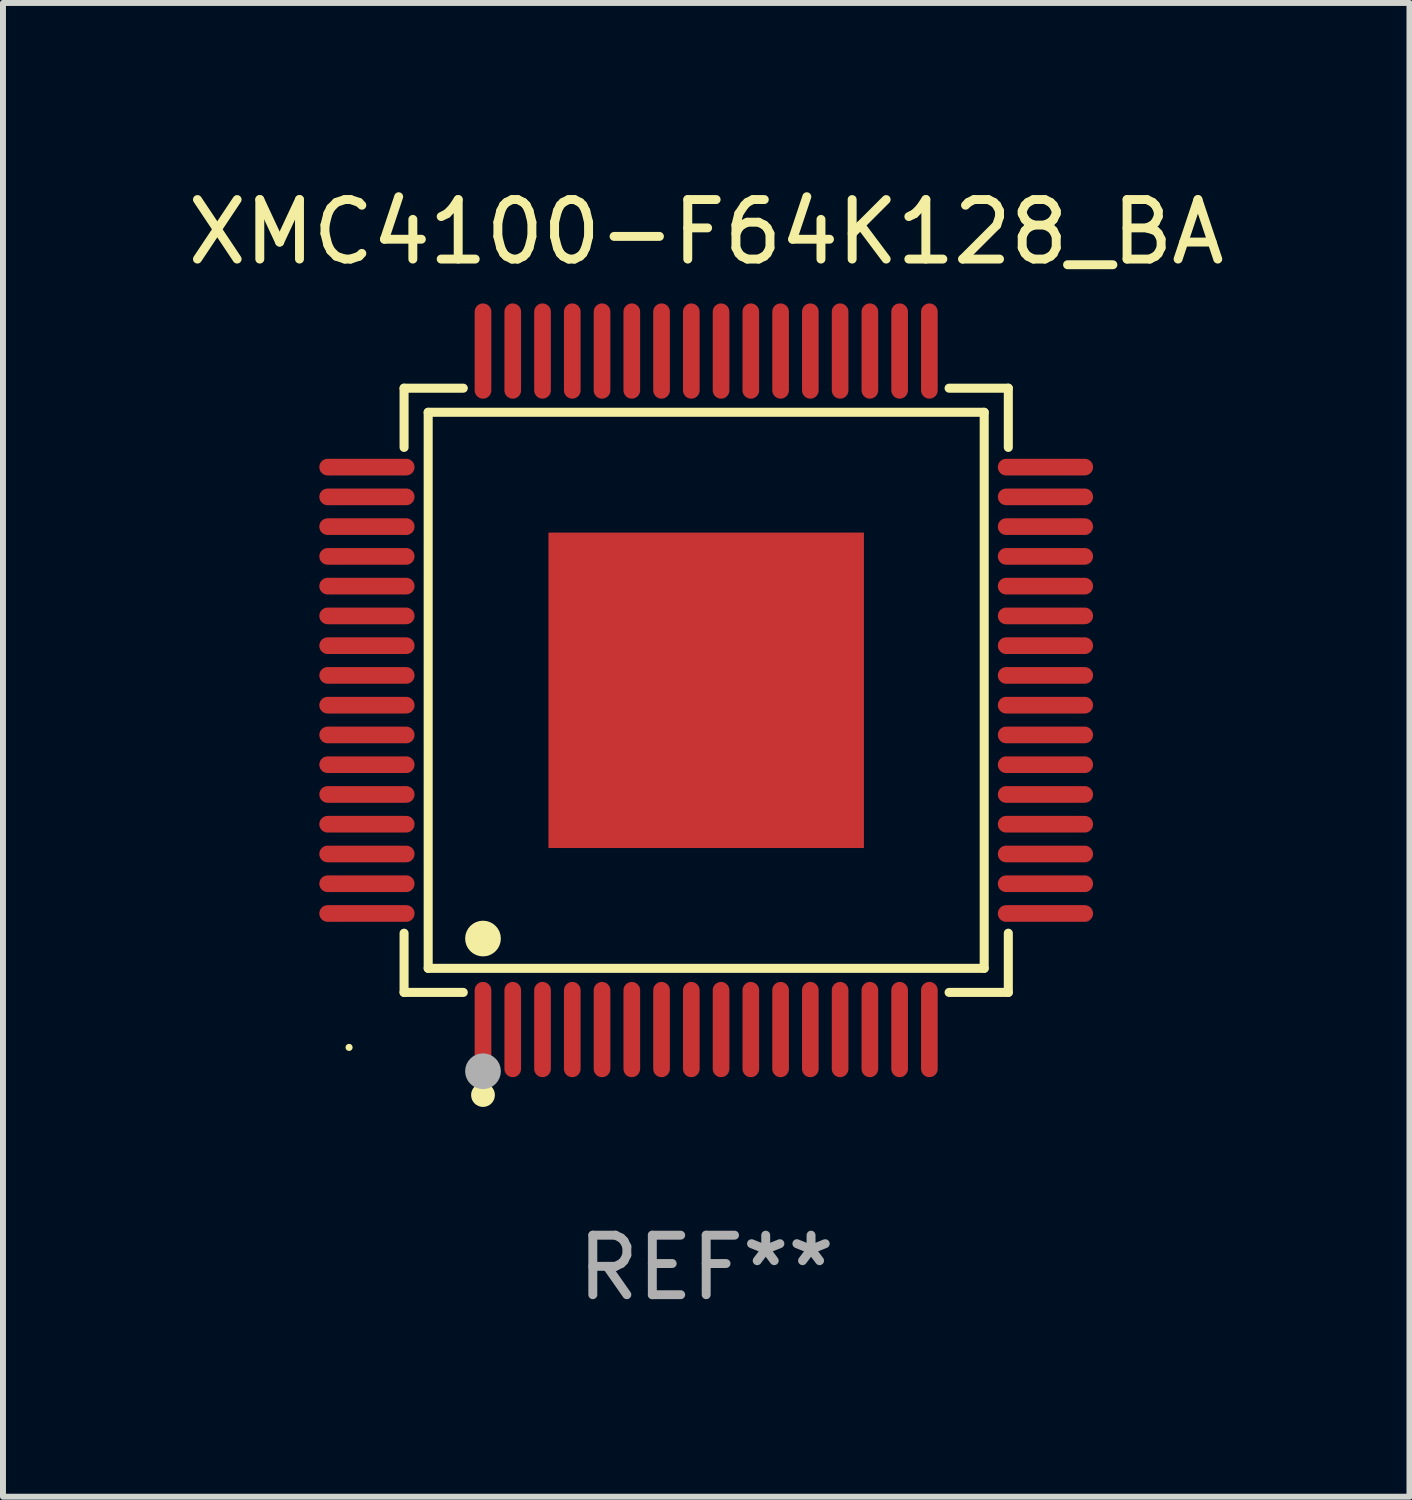
<source format=kicad_pcb>
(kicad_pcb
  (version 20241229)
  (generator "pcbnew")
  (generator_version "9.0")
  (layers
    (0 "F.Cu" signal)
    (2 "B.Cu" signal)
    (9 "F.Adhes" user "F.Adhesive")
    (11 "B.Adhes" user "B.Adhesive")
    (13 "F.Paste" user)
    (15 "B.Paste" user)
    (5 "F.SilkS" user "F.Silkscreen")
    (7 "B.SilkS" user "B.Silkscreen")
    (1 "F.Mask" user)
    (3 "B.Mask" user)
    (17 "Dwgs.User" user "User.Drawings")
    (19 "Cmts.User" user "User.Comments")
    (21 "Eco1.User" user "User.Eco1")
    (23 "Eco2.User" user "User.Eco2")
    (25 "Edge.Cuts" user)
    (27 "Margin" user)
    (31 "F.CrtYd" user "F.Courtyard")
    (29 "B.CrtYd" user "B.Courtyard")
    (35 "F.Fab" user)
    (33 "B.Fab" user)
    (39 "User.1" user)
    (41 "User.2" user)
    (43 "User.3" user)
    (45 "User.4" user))
  (footprint "XMC4100-F64K128_BA"
    (layer "F.Cu")
    (at 8.815 8.548)
    (property "Reference" "XMC4100-F64K128_BA" (at 0 -7.7 0) (layer "F.SilkS") (effects (font (size 1 1) (thickness 0.15))))
    (attr through_hole)
    (fp_line (start -5.076 -5.076) (end -4.081 -5.076) (stroke (width 0.152) (type solid)) (layer "F.SilkS"))
    (fp_line (start -5.076 -4.081) (end -5.076 -5.076) (stroke (width 0.152) (type solid)) (layer "F.SilkS"))
    (fp_line (start -5.076 4.081) (end -5.076 5.076) (stroke (width 0.152) (type solid)) (layer "F.SilkS"))
    (fp_line (start -5.076 5.076) (end -4.081 5.076) (stroke (width 0.152) (type solid)) (layer "F.SilkS"))
    (fp_line (start -4.671 -4.671) (end 4.671 -4.671) (stroke (width 0.152) (type solid)) (layer "F.SilkS"))
    (fp_line (start -4.671 4.671) (end -4.671 -4.671) (stroke (width 0.152) (type solid)) (layer "F.SilkS"))
    (fp_line (start 4.671 -4.671) (end 4.671 4.671) (stroke (width 0.152) (type solid)) (layer "F.SilkS"))
    (fp_line (start 4.671 4.671) (end -4.671 4.671) (stroke (width 0.152) (type solid)) (layer "F.SilkS"))
    (fp_line (start 5.076 -5.076) (end 4.081 -5.076) (stroke (width 0.152) (type solid)) (layer "F.SilkS"))
    (fp_line (start 5.076 -4.081) (end 5.076 -5.076) (stroke (width 0.152) (type solid)) (layer "F.SilkS"))
    (fp_line (start 5.076 4.081) (end 5.076 5.076) (stroke (width 0.152) (type solid)) (layer "F.SilkS"))
    (fp_line (start 5.076 5.076) (end 4.081 5.076) (stroke (width 0.152) (type solid)) (layer "F.SilkS"))
    (fp_circle (center -6 6) (end -5.97 6) (stroke (width 0.06) (type solid)) (fill no) (layer "F.SilkS"))
    (fp_circle (center -3.75 4.171) (end -3.6 4.171) (stroke (width 0.3) (type solid)) (fill no) (layer "F.SilkS"))
    (fp_circle (center -3.75 6.8) (end -3.65 6.8) (stroke (width 0.2) (type solid)) (fill no) (layer "F.SilkS"))
    (fp_circle (center -3.75 6.4) (end -3.6 6.4) (stroke (width 0.3) (type solid)) (fill no) (layer "F.Fab"))
    (fp_text user "REF**" (at 0 9.7 0) (layer "F.Fab") (effects (font (size 1 1) (thickness 0.15))))
    (pad "1" smd oval (at -3.75 5.7) (size 0.28 1.6) (layers "F.Cu" "F.Mask" "F.Paste"))
    (pad "2" smd oval (at -3.25 5.7) (size 0.28 1.6) (layers "F.Cu" "F.Mask" "F.Paste"))
    (pad "3" smd oval (at -2.75 5.7) (size 0.28 1.6) (layers "F.Cu" "F.Mask" "F.Paste"))
    (pad "4" smd oval (at -2.25 5.7) (size 0.28 1.6) (layers "F.Cu" "F.Mask" "F.Paste"))
    (pad "5" smd oval (at -1.75 5.7) (size 0.28 1.6) (layers "F.Cu" "F.Mask" "F.Paste"))
    (pad "6" smd oval (at -1.25 5.7) (size 0.28 1.6) (layers "F.Cu" "F.Mask" "F.Paste"))
    (pad "7" smd oval (at -0.75 5.7) (size 0.28 1.6) (layers "F.Cu" "F.Mask" "F.Paste"))
    (pad "8" smd oval (at -0.25 5.7) (size 0.28 1.6) (layers "F.Cu" "F.Mask" "F.Paste"))
    (pad "9" smd oval (at 0.25 5.7) (size 0.28 1.6) (layers "F.Cu" "F.Mask" "F.Paste"))
    (pad "10" smd oval (at 0.75 5.7) (size 0.28 1.6) (layers "F.Cu" "F.Mask" "F.Paste"))
    (pad "11" smd oval (at 1.25 5.7) (size 0.28 1.6) (layers "F.Cu" "F.Mask" "F.Paste"))
    (pad "12" smd oval (at 1.75 5.7) (size 0.28 1.6) (layers "F.Cu" "F.Mask" "F.Paste"))
    (pad "13" smd oval (at 2.25 5.7) (size 0.28 1.6) (layers "F.Cu" "F.Mask" "F.Paste"))
    (pad "14" smd oval (at 2.75 5.7) (size 0.28 1.6) (layers "F.Cu" "F.Mask" "F.Paste"))
    (pad "15" smd oval (at 3.25 5.7) (size 0.28 1.6) (layers "F.Cu" "F.Mask" "F.Paste"))
    (pad "16" smd oval (at 3.75 5.7) (size 0.28 1.6) (layers "F.Cu" "F.Mask" "F.Paste"))
    (pad "17" smd oval (at 5.7 3.75) (size 1.6 0.28) (layers "F.Cu" "F.Mask" "F.Paste"))
    (pad "18" smd oval (at 5.7 3.25) (size 1.6 0.28) (layers "F.Cu" "F.Mask" "F.Paste"))
    (pad "19" smd oval (at 5.7 2.75) (size 1.6 0.28) (layers "F.Cu" "F.Mask" "F.Paste"))
    (pad "20" smd oval (at 5.7 2.25) (size 1.6 0.28) (layers "F.Cu" "F.Mask" "F.Paste"))
    (pad "21" smd oval (at 5.7 1.75) (size 1.6 0.28) (layers "F.Cu" "F.Mask" "F.Paste"))
    (pad "22" smd oval (at 5.7 1.25) (size 1.6 0.28) (layers "F.Cu" "F.Mask" "F.Paste"))
    (pad "23" smd oval (at 5.7 0.75) (size 1.6 0.28) (layers "F.Cu" "F.Mask" "F.Paste"))
    (pad "24" smd oval (at 5.7 0.25) (size 1.6 0.28) (layers "F.Cu" "F.Mask" "F.Paste"))
    (pad "25" smd oval (at 5.7 -0.25) (size 1.6 0.28) (layers "F.Cu" "F.Mask" "F.Paste"))
    (pad "26" smd oval (at 5.7 -0.75) (size 1.6 0.28) (layers "F.Cu" "F.Mask" "F.Paste"))
    (pad "27" smd oval (at 5.7 -1.25) (size 1.6 0.28) (layers "F.Cu" "F.Mask" "F.Paste"))
    (pad "28" smd oval (at 5.7 -1.75) (size 1.6 0.28) (layers "F.Cu" "F.Mask" "F.Paste"))
    (pad "29" smd oval (at 5.7 -2.25) (size 1.6 0.28) (layers "F.Cu" "F.Mask" "F.Paste"))
    (pad "30" smd oval (at 5.7 -2.75) (size 1.6 0.28) (layers "F.Cu" "F.Mask" "F.Paste"))
    (pad "31" smd oval (at 5.7 -3.25) (size 1.6 0.28) (layers "F.Cu" "F.Mask" "F.Paste"))
    (pad "32" smd oval (at 5.7 -3.75) (size 1.6 0.28) (layers "F.Cu" "F.Mask" "F.Paste"))
    (pad "33" smd oval (at 3.75 -5.7) (size 0.28 1.6) (layers "F.Cu" "F.Mask" "F.Paste"))
    (pad "34" smd oval (at 3.25 -5.7) (size 0.28 1.6) (layers "F.Cu" "F.Mask" "F.Paste"))
    (pad "35" smd oval (at 2.75 -5.7) (size 0.28 1.6) (layers "F.Cu" "F.Mask" "F.Paste"))
    (pad "36" smd oval (at 2.25 -5.7) (size 0.28 1.6) (layers "F.Cu" "F.Mask" "F.Paste"))
    (pad "37" smd oval (at 1.75 -5.7) (size 0.28 1.6) (layers "F.Cu" "F.Mask" "F.Paste"))
    (pad "38" smd oval (at 1.25 -5.7) (size 0.28 1.6) (layers "F.Cu" "F.Mask" "F.Paste"))
    (pad "39" smd oval (at 0.75 -5.7) (size 0.28 1.6) (layers "F.Cu" "F.Mask" "F.Paste"))
    (pad "40" smd oval (at 0.25 -5.7) (size 0.28 1.6) (layers "F.Cu" "F.Mask" "F.Paste"))
    (pad "41" smd oval (at -0.25 -5.7) (size 0.28 1.6) (layers "F.Cu" "F.Mask" "F.Paste"))
    (pad "42" smd oval (at -0.75 -5.7) (size 0.28 1.6) (layers "F.Cu" "F.Mask" "F.Paste"))
    (pad "43" smd oval (at -1.25 -5.7) (size 0.28 1.6) (layers "F.Cu" "F.Mask" "F.Paste"))
    (pad "44" smd oval (at -1.75 -5.7) (size 0.28 1.6) (layers "F.Cu" "F.Mask" "F.Paste"))
    (pad "45" smd oval (at -2.25 -5.7) (size 0.28 1.6) (layers "F.Cu" "F.Mask" "F.Paste"))
    (pad "46" smd oval (at -2.75 -5.7) (size 0.28 1.6) (layers "F.Cu" "F.Mask" "F.Paste"))
    (pad "47" smd oval (at -3.25 -5.7) (size 0.28 1.6) (layers "F.Cu" "F.Mask" "F.Paste"))
    (pad "48" smd oval (at -3.75 -5.7) (size 0.28 1.6) (layers "F.Cu" "F.Mask" "F.Paste"))
    (pad "49" smd oval (at -5.7 -3.75) (size 1.6 0.28) (layers "F.Cu" "F.Mask" "F.Paste"))
    (pad "50" smd oval (at -5.7 -3.25) (size 1.6 0.28) (layers "F.Cu" "F.Mask" "F.Paste"))
    (pad "51" smd oval (at -5.7 -2.75) (size 1.6 0.28) (layers "F.Cu" "F.Mask" "F.Paste"))
    (pad "52" smd oval (at -5.7 -2.25) (size 1.6 0.28) (layers "F.Cu" "F.Mask" "F.Paste"))
    (pad "53" smd oval (at -5.7 -1.75) (size 1.6 0.28) (layers "F.Cu" "F.Mask" "F.Paste"))
    (pad "54" smd oval (at -5.7 -1.25) (size 1.6 0.28) (layers "F.Cu" "F.Mask" "F.Paste"))
    (pad "55" smd oval (at -5.7 -0.75) (size 1.6 0.28) (layers "F.Cu" "F.Mask" "F.Paste"))
    (pad "56" smd oval (at -5.7 -0.25) (size 1.6 0.28) (layers "F.Cu" "F.Mask" "F.Paste"))
    (pad "57" smd oval (at -5.7 0.25) (size 1.6 0.28) (layers "F.Cu" "F.Mask" "F.Paste"))
    (pad "58" smd oval (at -5.7 0.75) (size 1.6 0.28) (layers "F.Cu" "F.Mask" "F.Paste"))
    (pad "59" smd oval (at -5.7 1.25) (size 1.6 0.28) (layers "F.Cu" "F.Mask" "F.Paste"))
    (pad "60" smd oval (at -5.7 1.75) (size 1.6 0.28) (layers "F.Cu" "F.Mask" "F.Paste"))
    (pad "61" smd oval (at -5.7 2.25) (size 1.6 0.28) (layers "F.Cu" "F.Mask" "F.Paste"))
    (pad "62" smd oval (at -5.7 2.75) (size 1.6 0.28) (layers "F.Cu" "F.Mask" "F.Paste"))
    (pad "63" smd oval (at -5.7 3.25) (size 1.6 0.28) (layers "F.Cu" "F.Mask" "F.Paste"))
    (pad "64" smd oval (at -5.7 3.75) (size 1.6 0.28) (layers "F.Cu" "F.Mask" "F.Paste"))
    (pad "65" smd rect (at 0 0) (size 5.3 5.3) (layers "F.Cu" "F.Mask" "F.Paste")))
  (gr_rect
    (start -3 -3)
    (end 20.631 22.097)
    (stroke (width 0.1) (type default))
    (fill no)
    (layer "Edge.Cuts")))
</source>
